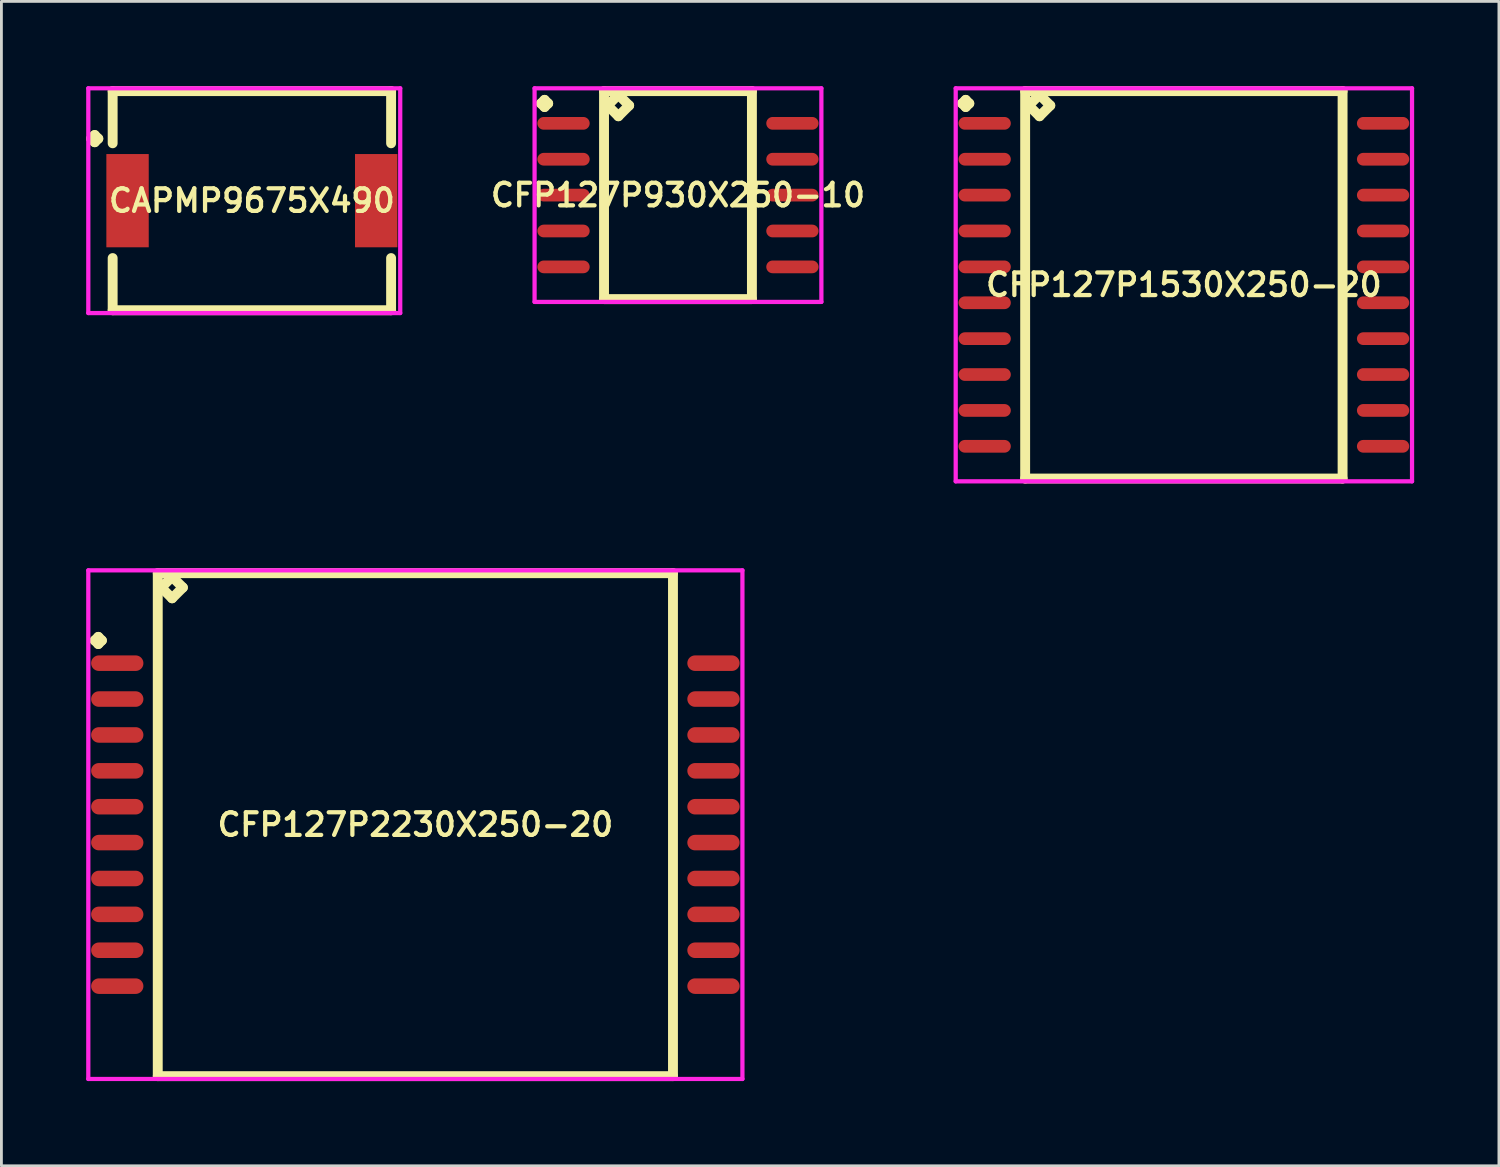
<source format=kicad_pcb>
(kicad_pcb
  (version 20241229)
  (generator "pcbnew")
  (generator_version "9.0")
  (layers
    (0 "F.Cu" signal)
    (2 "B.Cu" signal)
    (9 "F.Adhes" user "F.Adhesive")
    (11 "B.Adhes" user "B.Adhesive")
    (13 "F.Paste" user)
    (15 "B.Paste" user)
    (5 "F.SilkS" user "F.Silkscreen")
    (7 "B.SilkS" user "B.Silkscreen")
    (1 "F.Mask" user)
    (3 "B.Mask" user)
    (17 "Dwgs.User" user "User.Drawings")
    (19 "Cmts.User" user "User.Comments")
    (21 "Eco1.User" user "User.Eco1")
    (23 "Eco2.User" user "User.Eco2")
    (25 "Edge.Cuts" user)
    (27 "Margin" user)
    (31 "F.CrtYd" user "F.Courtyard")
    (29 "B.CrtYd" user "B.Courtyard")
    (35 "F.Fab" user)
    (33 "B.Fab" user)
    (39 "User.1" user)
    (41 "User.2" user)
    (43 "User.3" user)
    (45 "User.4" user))
  (footprint "CFP127P2230X250-20"
    (layer "F.Cu")
    (at 11.65 26.135)
    (property "Reference" "CFP127P2230X250-20" (at 0 0 0) (layer "F.SilkS") (effects (font (size 0.8 0.8) (thickness 0.15))))
    (attr smd)
    (fp_line (start -11.348 -6.519) (end -11.221 -6.646) (stroke (width 0.35) (type solid)) (layer "F.SilkS"))
    (fp_line (start -11.221 -6.646) (end -11.094 -6.519) (stroke (width 0.35) (type solid)) (layer "F.SilkS"))
    (fp_line (start -11.221 -6.392) (end -11.348 -6.519) (stroke (width 0.35) (type solid)) (layer "F.SilkS"))
    (fp_line (start -11.094 -6.519) (end -11.221 -6.392) (stroke (width 0.35) (type solid)) (layer "F.SilkS"))
    (fp_line (start -9.117 -8.9) (end -9.117 8.9) (stroke (width 0.35) (type solid)) (layer "F.SilkS"))
    (fp_line (start -9.117 8.9) (end 9.117 8.9) (stroke (width 0.35) (type solid)) (layer "F.SilkS"))
    (fp_line (start -8.99 -8.392) (end -8.609 -8.773) (stroke (width 0.35) (type solid)) (layer "F.SilkS"))
    (fp_line (start -8.609 -8.773) (end -8.228 -8.392) (stroke (width 0.35) (type solid)) (layer "F.SilkS"))
    (fp_line (start -8.609 -8.011) (end -8.99 -8.392) (stroke (width 0.35) (type solid)) (layer "F.SilkS"))
    (fp_line (start -8.228 -8.392) (end -8.609 -8.011) (stroke (width 0.35) (type solid)) (layer "F.SilkS"))
    (fp_line (start 9.117 -8.9) (end -9.117 -8.9) (stroke (width 0.35) (type solid)) (layer "F.SilkS"))
    (fp_line (start 9.117 8.9) (end 9.117 -8.9) (stroke (width 0.35) (type solid)) (layer "F.SilkS"))
    (fp_line (start -11.575 -9) (end 11.575 -9) (stroke (width 0.15) (type solid)) (layer "F.CrtYd"))
    (fp_line (start -11.575 9) (end -11.575 -9) (stroke (width 0.15) (type solid)) (layer "F.CrtYd"))
    (fp_line (start 11.575 -9) (end 11.575 9) (stroke (width 0.15) (type solid)) (layer "F.CrtYd"))
    (fp_line (start 11.575 9) (end -11.575 9) (stroke (width 0.15) (type solid)) (layer "F.CrtYd"))
    (pad "1" smd oval (at -10.55 -5.715) (size 1.85 0.55) (layers "F.Cu" "F.Mask" "F.Paste"))
    (pad "2" smd oval (at -10.55 -4.445) (size 1.85 0.55) (layers "F.Cu" "F.Mask" "F.Paste"))
    (pad "3" smd oval (at -10.55 -3.175) (size 1.85 0.55) (layers "F.Cu" "F.Mask" "F.Paste"))
    (pad "4" smd oval (at -10.55 -1.905) (size 1.85 0.55) (layers "F.Cu" "F.Mask" "F.Paste"))
    (pad "5" smd oval (at -10.55 -0.635) (size 1.85 0.55) (layers "F.Cu" "F.Mask" "F.Paste"))
    (pad "6" smd oval (at -10.55 0.635) (size 1.85 0.55) (layers "F.Cu" "F.Mask" "F.Paste"))
    (pad "7" smd oval (at -10.55 1.905) (size 1.85 0.55) (layers "F.Cu" "F.Mask" "F.Paste"))
    (pad "8" smd oval (at -10.55 3.175) (size 1.85 0.55) (layers "F.Cu" "F.Mask" "F.Paste"))
    (pad "9" smd oval (at -10.55 4.445) (size 1.85 0.55) (layers "F.Cu" "F.Mask" "F.Paste"))
    (pad "10" smd oval (at -10.55 5.715) (size 1.85 0.55) (layers "F.Cu" "F.Mask" "F.Paste"))
    (pad "11" smd oval (at 10.55 5.715) (size 1.85 0.55) (layers "F.Cu" "F.Mask" "F.Paste"))
    (pad "12" smd oval (at 10.55 4.445) (size 1.85 0.55) (layers "F.Cu" "F.Mask" "F.Paste"))
    (pad "13" smd oval (at 10.55 3.175) (size 1.85 0.55) (layers "F.Cu" "F.Mask" "F.Paste"))
    (pad "14" smd oval (at 10.55 1.905) (size 1.85 0.55) (layers "F.Cu" "F.Mask" "F.Paste"))
    (pad "15" smd oval (at 10.55 0.635) (size 1.85 0.55) (layers "F.Cu" "F.Mask" "F.Paste"))
    (pad "16" smd oval (at 10.55 -0.635) (size 1.85 0.55) (layers "F.Cu" "F.Mask" "F.Paste"))
    (pad "17" smd oval (at 10.55 -1.905) (size 1.85 0.55) (layers "F.Cu" "F.Mask" "F.Paste"))
    (pad "18" smd oval (at 10.55 -3.175) (size 1.85 0.55) (layers "F.Cu" "F.Mask" "F.Paste"))
    (pad "19" smd oval (at 10.55 -4.445) (size 1.85 0.55) (layers "F.Cu" "F.Mask" "F.Paste"))
    (pad "20" smd oval (at 10.55 -5.715) (size 1.85 0.55) (layers "F.Cu" "F.Mask" "F.Paste")))
  (footprint "CFP127P1530X250-20"
    (layer "F.Cu")
    (at 38.848 7.03)
    (property "Reference" "CFP127P1530X250-20" (at 0 0 0) (layer "F.SilkS") (effects (font (size 0.8 0.8) (thickness 0.15))))
    (attr smd)
    (fp_line (start -7.848 -6.419) (end -7.721 -6.546) (stroke (width 0.35) (type solid)) (layer "F.SilkS"))
    (fp_line (start -7.721 -6.546) (end -7.594 -6.419) (stroke (width 0.35) (type solid)) (layer "F.SilkS"))
    (fp_line (start -7.721 -6.292) (end -7.848 -6.419) (stroke (width 0.35) (type solid)) (layer "F.SilkS"))
    (fp_line (start -7.594 -6.419) (end -7.721 -6.292) (stroke (width 0.35) (type solid)) (layer "F.SilkS"))
    (fp_line (start -5.617 -6.855) (end -5.617 6.855) (stroke (width 0.35) (type solid)) (layer "F.SilkS"))
    (fp_line (start -5.617 6.855) (end 5.617 6.855) (stroke (width 0.35) (type solid)) (layer "F.SilkS"))
    (fp_line (start -5.49 -6.347) (end -5.109 -6.728) (stroke (width 0.35) (type solid)) (layer "F.SilkS"))
    (fp_line (start -5.109 -6.728) (end -4.728 -6.347) (stroke (width 0.35) (type solid)) (layer "F.SilkS"))
    (fp_line (start -5.109 -5.966) (end -5.49 -6.347) (stroke (width 0.35) (type solid)) (layer "F.SilkS"))
    (fp_line (start -4.728 -6.347) (end -5.109 -5.966) (stroke (width 0.35) (type solid)) (layer "F.SilkS"))
    (fp_line (start 5.617 -6.855) (end -5.617 -6.855) (stroke (width 0.35) (type solid)) (layer "F.SilkS"))
    (fp_line (start 5.617 6.855) (end 5.617 -6.855) (stroke (width 0.35) (type solid)) (layer "F.SilkS"))
    (fp_line (start -8.075 -6.955) (end 8.075 -6.955) (stroke (width 0.15) (type solid)) (layer "F.CrtYd"))
    (fp_line (start -8.075 6.955) (end -8.075 -6.955) (stroke (width 0.15) (type solid)) (layer "F.CrtYd"))
    (fp_line (start 8.075 -6.955) (end 8.075 6.955) (stroke (width 0.15) (type solid)) (layer "F.CrtYd"))
    (fp_line (start 8.075 6.955) (end -8.075 6.955) (stroke (width 0.15) (type solid)) (layer "F.CrtYd"))
    (pad "1" smd oval (at -7.05 -5.715) (size 1.85 0.45) (layers "F.Cu" "F.Mask" "F.Paste"))
    (pad "2" smd oval (at -7.05 -4.445) (size 1.85 0.45) (layers "F.Cu" "F.Mask" "F.Paste"))
    (pad "3" smd oval (at -7.05 -3.175) (size 1.85 0.45) (layers "F.Cu" "F.Mask" "F.Paste"))
    (pad "4" smd oval (at -7.05 -1.905) (size 1.85 0.45) (layers "F.Cu" "F.Mask" "F.Paste"))
    (pad "5" smd oval (at -7.05 -0.635) (size 1.85 0.45) (layers "F.Cu" "F.Mask" "F.Paste"))
    (pad "6" smd oval (at -7.05 0.635) (size 1.85 0.45) (layers "F.Cu" "F.Mask" "F.Paste"))
    (pad "7" smd oval (at -7.05 1.905) (size 1.85 0.45) (layers "F.Cu" "F.Mask" "F.Paste"))
    (pad "8" smd oval (at -7.05 3.175) (size 1.85 0.45) (layers "F.Cu" "F.Mask" "F.Paste"))
    (pad "9" smd oval (at -7.05 4.445) (size 1.85 0.45) (layers "F.Cu" "F.Mask" "F.Paste"))
    (pad "10" smd oval (at -7.05 5.715) (size 1.85 0.45) (layers "F.Cu" "F.Mask" "F.Paste"))
    (pad "11" smd oval (at 7.05 5.715) (size 1.85 0.45) (layers "F.Cu" "F.Mask" "F.Paste"))
    (pad "12" smd oval (at 7.05 4.445) (size 1.85 0.45) (layers "F.Cu" "F.Mask" "F.Paste"))
    (pad "13" smd oval (at 7.05 3.175) (size 1.85 0.45) (layers "F.Cu" "F.Mask" "F.Paste"))
    (pad "14" smd oval (at 7.05 1.905) (size 1.85 0.45) (layers "F.Cu" "F.Mask" "F.Paste"))
    (pad "15" smd oval (at 7.05 0.635) (size 1.85 0.45) (layers "F.Cu" "F.Mask" "F.Paste"))
    (pad "16" smd oval (at 7.05 -0.635) (size 1.85 0.45) (layers "F.Cu" "F.Mask" "F.Paste"))
    (pad "17" smd oval (at 7.05 -1.905) (size 1.85 0.45) (layers "F.Cu" "F.Mask" "F.Paste"))
    (pad "18" smd oval (at 7.05 -3.175) (size 1.85 0.45) (layers "F.Cu" "F.Mask" "F.Paste"))
    (pad "19" smd oval (at 7.05 -4.445) (size 1.85 0.45) (layers "F.Cu" "F.Mask" "F.Paste"))
    (pad "20" smd oval (at 7.05 -5.715) (size 1.85 0.45) (layers "F.Cu" "F.Mask" "F.Paste")))
  (footprint "CAPMP9675X490"
    (layer "F.Cu")
    (at 5.864 4.052)
    (property "Reference" "CAPMP9675X490" (at 0 0 0) (layer "F.SilkS") (effects (font (size 0.8 0.8) (thickness 0.15))))
    (attr smd)
    (fp_line (start -5.689 -2.196) (end -5.562 -2.323) (stroke (width 0.35) (type solid)) (layer "F.SilkS"))
    (fp_line (start -5.562 -2.323) (end -5.435 -2.196) (stroke (width 0.35) (type solid)) (layer "F.SilkS"))
    (fp_line (start -5.562 -2.069) (end -5.689 -2.196) (stroke (width 0.35) (type solid)) (layer "F.SilkS"))
    (fp_line (start -5.435 -2.196) (end -5.562 -2.069) (stroke (width 0.35) (type solid)) (layer "F.SilkS"))
    (fp_line (start -4.927 -3.877) (end 4.927 -3.877) (stroke (width 0.35) (type solid)) (layer "F.SilkS"))
    (fp_line (start -4.927 -2.031) (end -4.927 -3.877) (stroke (width 0.35) (type solid)) (layer "F.SilkS"))
    (fp_line (start -4.927 2.031) (end -4.927 3.877) (stroke (width 0.35) (type solid)) (layer "F.SilkS"))
    (fp_line (start -4.927 3.877) (end 4.927 3.877) (stroke (width 0.35) (type solid)) (layer "F.SilkS"))
    (fp_line (start 4.927 -3.877) (end 4.927 -2.031) (stroke (width 0.35) (type solid)) (layer "F.SilkS"))
    (fp_line (start 4.927 3.877) (end 4.927 2.031) (stroke (width 0.35) (type solid)) (layer "F.SilkS"))
    (fp_line (start -5.789 -3.977) (end 5.25 -3.977) (stroke (width 0.15) (type solid)) (layer "F.CrtYd"))
    (fp_line (start -5.789 3.977) (end -5.789 -3.977) (stroke (width 0.15) (type solid)) (layer "F.CrtYd"))
    (fp_line (start 5.25 -3.977) (end 5.25 3.977) (stroke (width 0.15) (type solid)) (layer "F.CrtYd"))
    (fp_line (start 5.25 3.977) (end -5.789 3.977) (stroke (width 0.15) (type solid)) (layer "F.CrtYd"))
    (pad "1" smd rect (at -4.4 0) (size 1.5 3.3) (layers "F.Cu" "F.Mask" "F.Paste"))
    (pad "2" smd rect (at 4.4 0) (size 1.5 3.3) (layers "F.Cu" "F.Mask" "F.Paste")))
  (footprint "CFP127P930X250-10"
    (layer "F.Cu")
    (at 20.944 3.855)
    (property "Reference" "CFP127P930X250-10" (at 0 0 0) (layer "F.SilkS") (effects (font (size 0.8 0.8) (thickness 0.15))))
    (attr through_hole)
    (fp_line (start -4.848 -3.244) (end -4.721 -3.371) (stroke (width 0.35) (type solid)) (layer "F.SilkS"))
    (fp_line (start -4.721 -3.371) (end -4.594 -3.244) (stroke (width 0.35) (type solid)) (layer "F.SilkS"))
    (fp_line (start -4.721 -3.117) (end -4.848 -3.244) (stroke (width 0.35) (type solid)) (layer "F.SilkS"))
    (fp_line (start -4.594 -3.244) (end -4.721 -3.117) (stroke (width 0.35) (type solid)) (layer "F.SilkS"))
    (fp_line (start -2.617 -3.68) (end -2.617 3.68) (stroke (width 0.35) (type solid)) (layer "F.SilkS"))
    (fp_line (start -2.617 3.68) (end 2.617 3.68) (stroke (width 0.35) (type solid)) (layer "F.SilkS"))
    (fp_line (start -2.49 -3.172) (end -2.109 -3.553) (stroke (width 0.35) (type solid)) (layer "F.SilkS"))
    (fp_line (start -2.109 -3.553) (end -1.728 -3.172) (stroke (width 0.35) (type solid)) (layer "F.SilkS"))
    (fp_line (start -2.109 -2.791) (end -2.49 -3.172) (stroke (width 0.35) (type solid)) (layer "F.SilkS"))
    (fp_line (start -1.728 -3.172) (end -2.109 -2.791) (stroke (width 0.35) (type solid)) (layer "F.SilkS"))
    (fp_line (start 2.617 -3.68) (end -2.617 -3.68) (stroke (width 0.35) (type solid)) (layer "F.SilkS"))
    (fp_line (start 2.617 3.68) (end 2.617 -3.68) (stroke (width 0.35) (type solid)) (layer "F.SilkS"))
    (fp_line (start -5.075 -3.78) (end 5.075 -3.78) (stroke (width 0.15) (type solid)) (layer "F.CrtYd"))
    (fp_line (start -5.075 3.78) (end -5.075 -3.78) (stroke (width 0.15) (type solid)) (layer "F.CrtYd"))
    (fp_line (start 5.075 -3.78) (end 5.075 3.78) (stroke (width 0.15) (type solid)) (layer "F.CrtYd"))
    (fp_line (start 5.075 3.78) (end -5.075 3.78) (stroke (width 0.15) (type solid)) (layer "F.CrtYd"))
    (pad "1" smd oval (at -4.05 -2.54) (size 1.85 0.45) (layers "F.Cu" "F.Mask" "F.Paste"))
    (pad "2" smd oval (at -4.05 -1.27) (size 1.85 0.45) (layers "F.Cu" "F.Mask" "F.Paste"))
    (pad "3" smd oval (at -4.05 0) (size 1.85 0.45) (layers "F.Cu" "F.Mask" "F.Paste"))
    (pad "4" smd oval (at -4.05 1.27) (size 1.85 0.45) (layers "F.Cu" "F.Mask" "F.Paste"))
    (pad "5" smd oval (at -4.05 2.54) (size 1.85 0.45) (layers "F.Cu" "F.Mask" "F.Paste"))
    (pad "6" smd oval (at 4.05 2.54) (size 1.85 0.45) (layers "F.Cu" "F.Mask" "F.Paste"))
    (pad "7" smd oval (at 4.05 1.27) (size 1.85 0.45) (layers "F.Cu" "F.Mask" "F.Paste"))
    (pad "8" smd oval (at 4.05 0) (size 1.85 0.45) (layers "F.Cu" "F.Mask" "F.Paste"))
    (pad "9" smd oval (at 4.05 -1.27) (size 1.85 0.45) (layers "F.Cu" "F.Mask" "F.Paste"))
    (pad "10" smd oval (at 4.05 -2.54) (size 1.85 0.45) (layers "F.Cu" "F.Mask" "F.Paste")))
  (gr_rect
    (start -3 -3)
    (end 49.998 38.21)
    (stroke (width 0.1) (type default))
    (fill no)
    (layer "Edge.Cuts")))
</source>
